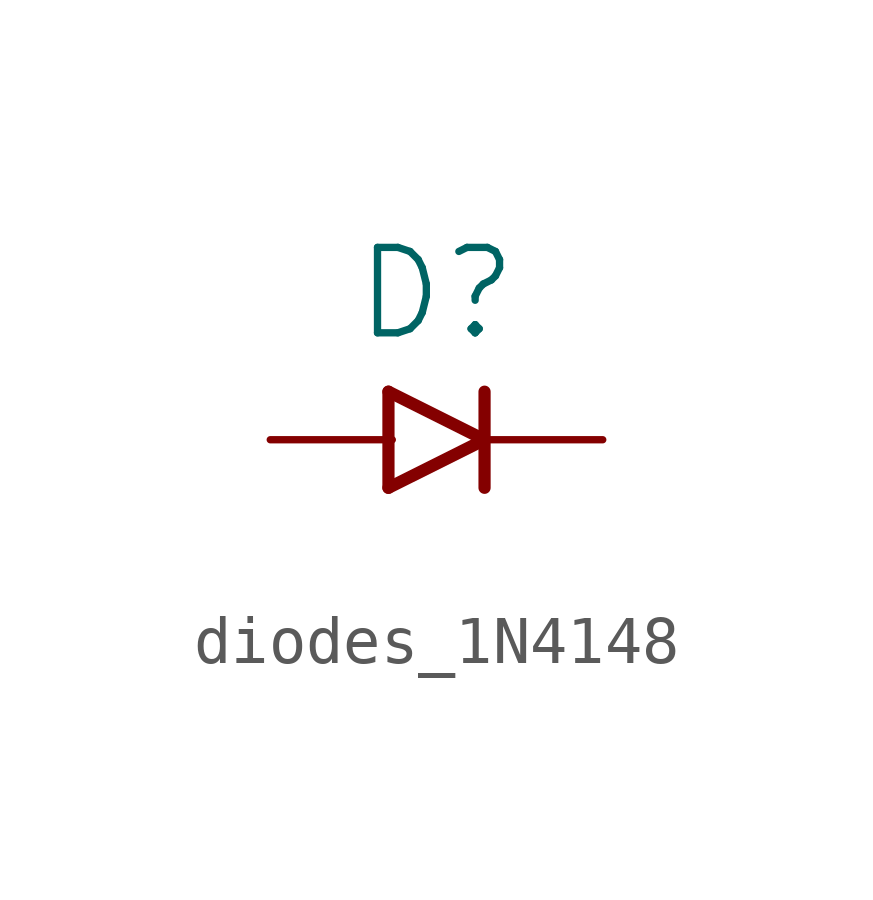
<source format=kicad_sym>
(kicad_symbol_lib
  (version 20241209)
  (generator "kicad_symbol_editor")
  (generator_version "9.0")
  (symbol "diodes_1N4148"
    (property "Reference" "D"
      (at 0 2 0)
      (effects (font (size 1.778 1.778)) (justify bottom)))
    (property "Value" ""
      (at 0 -2 0)
      (effects (font (size 1.778 1.778)) (justify top)))
    (property "ki_locked" ""
      (at 0 0 0)
      (effects (font (size 1.27 1.27))))
    (symbol "diodes_1N4148_1_0"
      (polyline (pts (xy -1 1) (xy -1 -1)) (stroke (width 0.254) (type solid)) (fill (type none)))
      (polyline (pts (xy -1 -1) (xy 1 0)) (stroke (width 0.254) (type solid)) (fill (type none)))
      (polyline (pts (xy 1 1) (xy 1 0)) (stroke (width 0.254) (type solid)) (fill (type none)))
      (polyline (pts (xy 1 0) (xy -1 1)) (stroke (width 0.254) (type solid)) (fill (type none)))
      (polyline (pts (xy 1 0) (xy 1 -1)) (stroke (width 0.254) (type solid)) (fill (type none)))
      (pin bidirectional line (at -3.46 0 0) (length 2.54) (name "A" (effects (font (size 0 0)))) (number "A" (effects (font (size 0 0)))))
      (pin bidirectional line (at 3.46 0 180) (length 2.54) (name "C" (effects (font (size 0 0)))) (number "C" (effects (font (size 0 0))))))))
</source>
